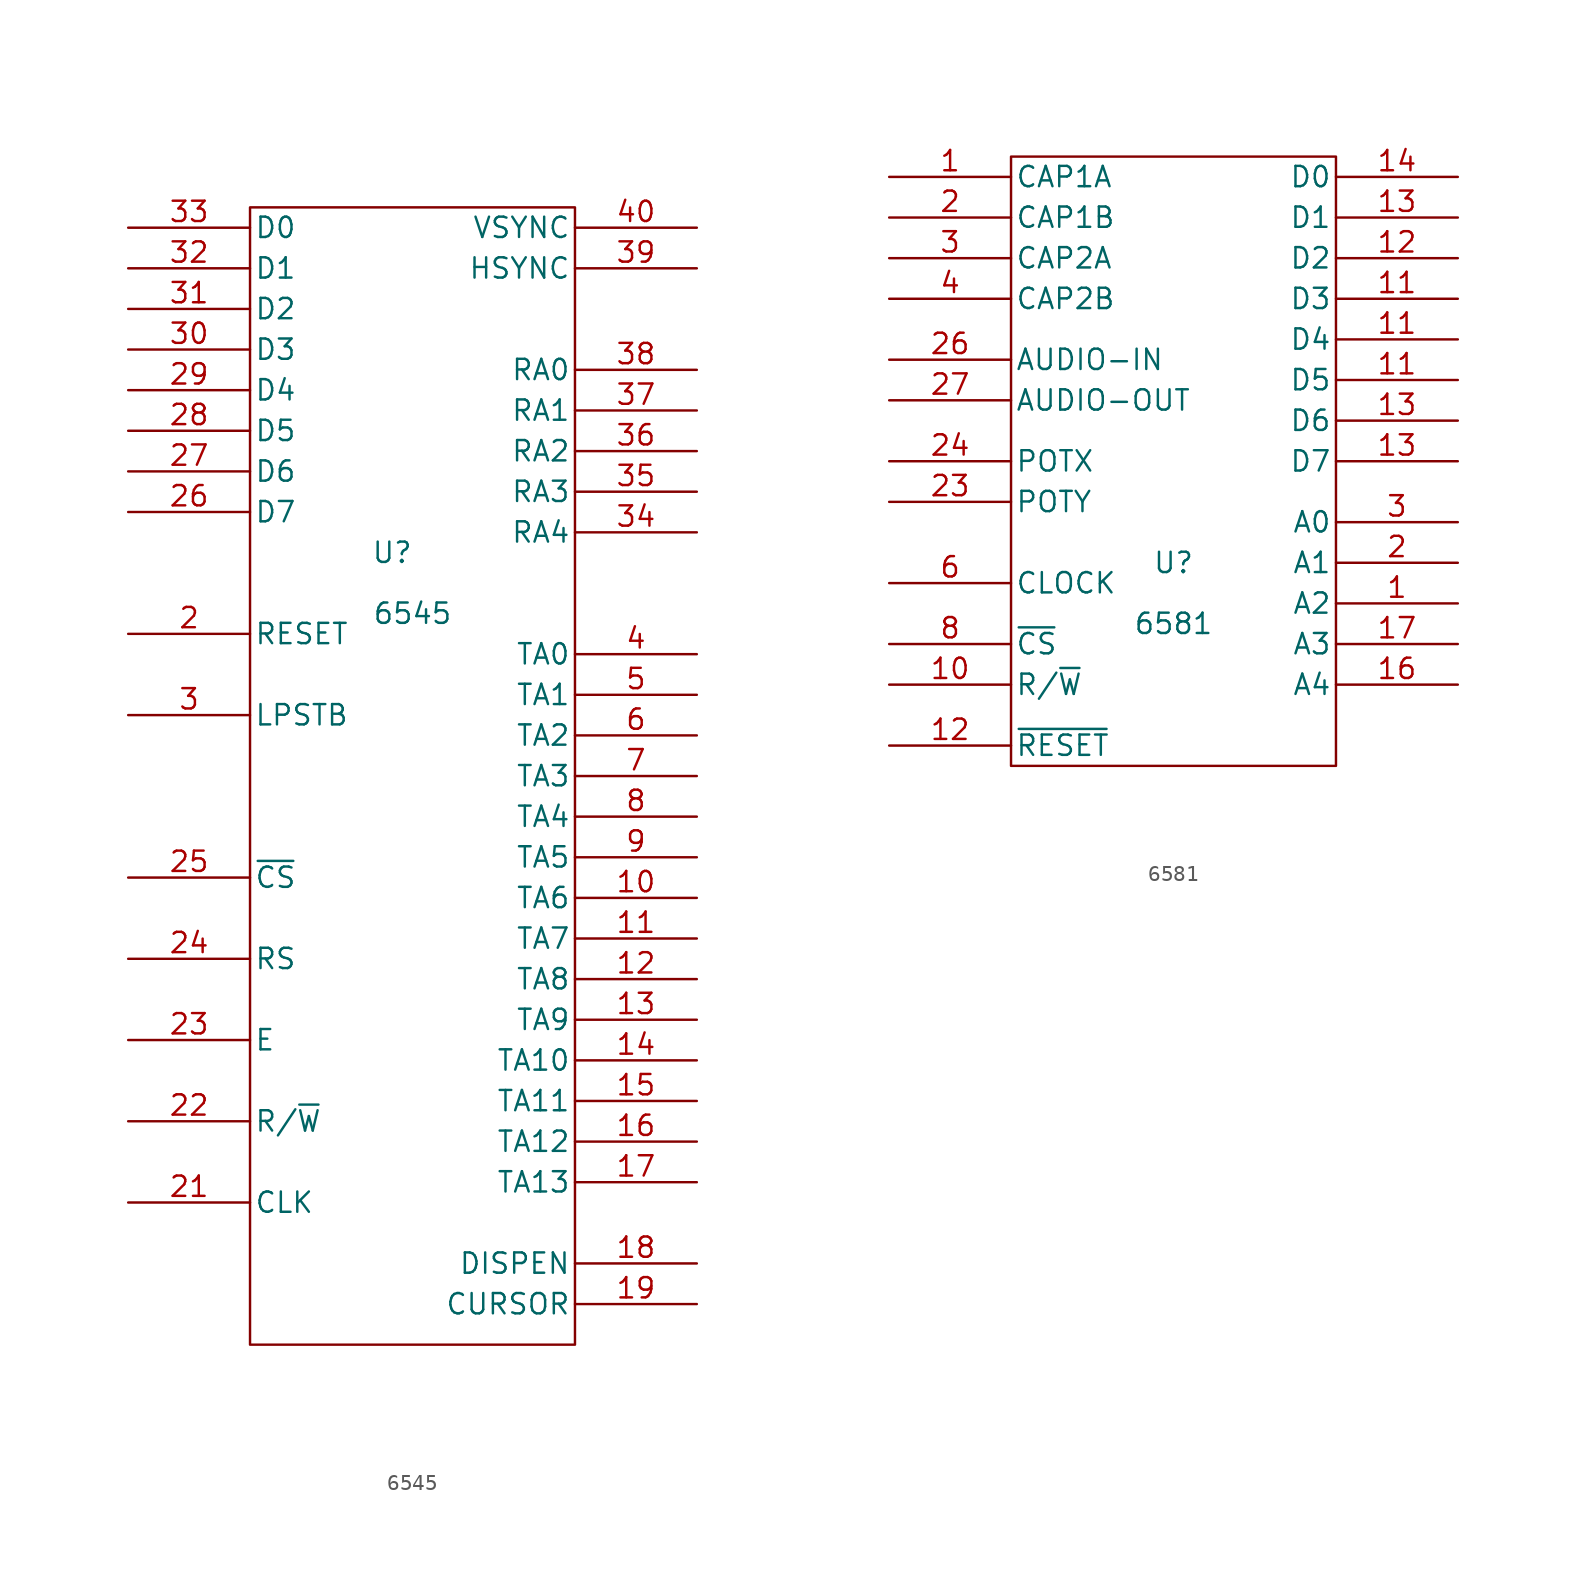
<source format=kicad_sym>
(kicad_symbol_lib
  (version 20231120)
  (generator "kicad_symbol_editor")
  (generator_version "8.0")
  (symbol "6545"
    (pin_names
      (offset 0.254))
    (property "Reference" "U"
      (at -1.27 -2.54 0)
      (effects (font (size 1.27 1.27))))
    (property "Value" "6545"
      (at 0 -6.35 0)
      (effects (font (size 1.27 1.27))))
    (property "Footprint" ""
      (at 0 0 0)
      (effects (font (size 1.27 1.27))))
    (property "Datasheet" ""
      (at 0 0 0)
      (effects (font (size 1.27 1.27))))
    (symbol "6545_0_0"
      (pin power_in line (at 0 -52.07 90) (length 1.27) hide (name "GND" (effects (font (size 1.27 1.27)))) (number "1" (effects (font (size 1.27 1.27)))))
      (pin power_in line (at 0 20.32 270) (length 1.27) hide (name "Vcc" (effects (font (size 1.27 1.27)))) (number "20" (effects (font (size 1.27 1.27))))))
    (symbol "6545_0_1"
      (rectangle (start -10.16 19.05) (end 10.16 -52.07) (stroke (width 0) (type solid)) (fill (type none))))
    (symbol "6545_1_1"
      (pin output line (at 17.78 -24.13 180) (length 7.62) (name "TA6" (effects (font (size 1.27 1.27)))) (number "10" (effects (font (size 1.27 1.27)))))
      (pin output line (at 17.78 -26.67 180) (length 7.62) (name "TA7" (effects (font (size 1.27 1.27)))) (number "11" (effects (font (size 1.27 1.27)))))
      (pin output line (at 17.78 -29.21 180) (length 7.62) (name "TA8" (effects (font (size 1.27 1.27)))) (number "12" (effects (font (size 1.27 1.27)))))
      (pin output line (at 17.78 -31.75 180) (length 7.62) (name "TA9" (effects (font (size 1.27 1.27)))) (number "13" (effects (font (size 1.27 1.27)))))
      (pin output line (at 17.78 -34.29 180) (length 7.62) (name "TA10" (effects (font (size 1.27 1.27)))) (number "14" (effects (font (size 1.27 1.27)))))
      (pin output line (at 17.78 -36.83 180) (length 7.62) (name "TA11" (effects (font (size 1.27 1.27)))) (number "15" (effects (font (size 1.27 1.27)))))
      (pin output line (at 17.78 -39.37 180) (length 7.62) (name "TA12" (effects (font (size 1.27 1.27)))) (number "16" (effects (font (size 1.27 1.27)))))
      (pin output line (at 17.78 -41.91 180) (length 7.62) (name "TA13" (effects (font (size 1.27 1.27)))) (number "17" (effects (font (size 1.27 1.27)))))
      (pin output line (at 17.78 -46.99 180) (length 7.62) (name "DISPEN" (effects (font (size 1.27 1.27)))) (number "18" (effects (font (size 1.27 1.27)))))
      (pin output line (at 17.78 -49.53 180) (length 7.62) (name "CURSOR" (effects (font (size 1.27 1.27)))) (number "19" (effects (font (size 1.27 1.27)))))
      (pin input line (at -17.78 -7.62 0) (length 7.62) (name "RESET" (effects (font (size 1.27 1.27)))) (number "2" (effects (font (size 1.27 1.27)))))
      (pin input line (at -17.78 -43.18 0) (length 7.62) (name "CLK" (effects (font (size 1.27 1.27)))) (number "21" (effects (font (size 1.27 1.27)))))
      (pin input line (at -17.78 -38.1 0) (length 7.62) (name "R/~{W}" (effects (font (size 1.27 1.27)))) (number "22" (effects (font (size 1.27 1.27)))))
      (pin output line (at -17.78 -33.02 0) (length 7.62) (name "E" (effects (font (size 1.27 1.27)))) (number "23" (effects (font (size 1.27 1.27)))))
      (pin input line (at -17.78 -27.94 0) (length 7.62) (name "RS" (effects (font (size 1.27 1.27)))) (number "24" (effects (font (size 1.27 1.27)))))
      (pin input line (at -17.78 -22.86 0) (length 7.62) (name "~{CS}" (effects (font (size 1.27 1.27)))) (number "25" (effects (font (size 1.27 1.27)))))
      (pin bidirectional line (at -17.78 0 0) (length 7.62) (name "D7" (effects (font (size 1.27 1.27)))) (number "26" (effects (font (size 1.27 1.27)))))
      (pin bidirectional line (at -17.78 2.54 0) (length 7.62) (name "D6" (effects (font (size 1.27 1.27)))) (number "27" (effects (font (size 1.27 1.27)))))
      (pin bidirectional line (at -17.78 5.08 0) (length 7.62) (name "D5" (effects (font (size 1.27 1.27)))) (number "28" (effects (font (size 1.27 1.27)))))
      (pin bidirectional line (at -17.78 7.62 0) (length 7.62) (name "D4" (effects (font (size 1.27 1.27)))) (number "29" (effects (font (size 1.27 1.27)))))
      (pin input line (at -17.78 -12.7 0) (length 7.62) (name "LPSTB" (effects (font (size 1.27 1.27)))) (number "3" (effects (font (size 1.27 1.27)))))
      (pin input line (at -17.78 10.16 0) (length 7.62) (name "D3" (effects (font (size 1.27 1.27)))) (number "30" (effects (font (size 1.27 1.27)))))
      (pin bidirectional line (at -17.78 12.7 0) (length 7.62) (name "D2" (effects (font (size 1.27 1.27)))) (number "31" (effects (font (size 1.27 1.27)))))
      (pin bidirectional line (at -17.78 15.24 0) (length 7.62) (name "D1" (effects (font (size 1.27 1.27)))) (number "32" (effects (font (size 1.27 1.27)))))
      (pin bidirectional line (at -17.78 17.78 0) (length 7.62) (name "D0" (effects (font (size 1.27 1.27)))) (number "33" (effects (font (size 1.27 1.27)))))
      (pin output line (at 17.78 -1.27 180) (length 7.62) (name "RA4" (effects (font (size 1.27 1.27)))) (number "34" (effects (font (size 1.27 1.27)))))
      (pin output line (at 17.78 1.27 180) (length 7.62) (name "RA3" (effects (font (size 1.27 1.27)))) (number "35" (effects (font (size 1.27 1.27)))))
      (pin output line (at 17.78 3.81 180) (length 7.62) (name "RA2" (effects (font (size 1.27 1.27)))) (number "36" (effects (font (size 1.27 1.27)))))
      (pin output line (at 17.78 6.35 180) (length 7.62) (name "RA1" (effects (font (size 1.27 1.27)))) (number "37" (effects (font (size 1.27 1.27)))))
      (pin output line (at 17.78 8.89 180) (length 7.62) (name "RA0" (effects (font (size 1.27 1.27)))) (number "38" (effects (font (size 1.27 1.27)))))
      (pin output line (at 17.78 15.24 180) (length 7.62) (name "HSYNC" (effects (font (size 1.27 1.27)))) (number "39" (effects (font (size 1.27 1.27)))))
      (pin output line (at 17.78 -8.89 180) (length 7.62) (name "TA0" (effects (font (size 1.27 1.27)))) (number "4" (effects (font (size 1.27 1.27)))))
      (pin output line (at 17.78 17.78 180) (length 7.62) (name "VSYNC" (effects (font (size 1.27 1.27)))) (number "40" (effects (font (size 1.27 1.27)))))
      (pin output line (at 17.78 -11.43 180) (length 7.62) (name "TA1" (effects (font (size 1.27 1.27)))) (number "5" (effects (font (size 1.27 1.27)))))
      (pin output line (at 17.78 -13.97 180) (length 7.62) (name "TA2" (effects (font (size 1.27 1.27)))) (number "6" (effects (font (size 1.27 1.27)))))
      (pin output line (at 17.78 -16.51 180) (length 7.62) (name "TA3" (effects (font (size 1.27 1.27)))) (number "7" (effects (font (size 1.27 1.27)))))
      (pin output line (at 17.78 -19.05 180) (length 7.62) (name "TA4" (effects (font (size 1.27 1.27)))) (number "8" (effects (font (size 1.27 1.27)))))
      (pin output line (at 17.78 -21.59 180) (length 7.62) (name "TA5" (effects (font (size 1.27 1.27)))) (number "9" (effects (font (size 1.27 1.27)))))))
  (symbol "6581"
    (pin_names
      (offset 0.254))
    (property "Reference" "U"
      (at 0 -6.35 0)
      (effects (font (size 1.27 1.27))))
    (property "Value" "6581"
      (at 0 -10.16 0)
      (effects (font (size 1.27 1.27))))
    (property "Footprint" ""
      (at 0 0 0)
      (effects (font (size 1.27 1.27))))
    (property "Datasheet" ""
      (at 0 0 0)
      (effects (font (size 1.27 1.27))))
    (symbol "6581_0_0"
      (pin power_in line (at 0 -20.32 90) (length 1.27) hide (name "GND" (effects (font (size 1.27 1.27)))) (number "14" (effects (font (size 1.27 1.27)))))
      (pin power_in line (at 0 20.32 270) (length 1.27) hide (name "Vcc" (effects (font (size 1.27 1.27)))) (number "25" (effects (font (size 1.27 1.27))))))
    (symbol "6581_0_1"
      (rectangle (start -10.16 19.05) (end 10.16 -19.05) (stroke (width 0) (type solid)) (fill (type none))))
    (symbol "6581_1_1"
      (pin input line (at 17.78 -8.89 180) (length 7.62) (name "A2" (effects (font (size 1.27 1.27)))) (number "1" (effects (font (size 1.27 1.27)))))
      (pin input line (at -17.78 17.78 0) (length 7.62) (name "CAP1A" (effects (font (size 1.27 1.27)))) (number "1" (effects (font (size 1.27 1.27)))))
      (pin input line (at -17.78 -13.97 0) (length 7.62) (name "R/~{W}" (effects (font (size 1.27 1.27)))) (number "10" (effects (font (size 1.27 1.27)))))
      (pin bidirectional line (at 17.78 10.16 180) (length 7.62) (name "D3" (effects (font (size 1.27 1.27)))) (number "11" (effects (font (size 1.27 1.27)))))
      (pin bidirectional line (at 17.78 7.62 180) (length 7.62) (name "D4" (effects (font (size 1.27 1.27)))) (number "11" (effects (font (size 1.27 1.27)))))
      (pin bidirectional line (at 17.78 5.08 180) (length 7.62) (name "D5" (effects (font (size 1.27 1.27)))) (number "11" (effects (font (size 1.27 1.27)))))
      (pin bidirectional line (at 17.78 12.7 180) (length 7.62) (name "D2" (effects (font (size 1.27 1.27)))) (number "12" (effects (font (size 1.27 1.27)))))
      (pin bidirectional line (at -17.78 -17.78 0) (length 7.62) (name "~{RESET}" (effects (font (size 1.27 1.27)))) (number "12" (effects (font (size 1.27 1.27)))))
      (pin bidirectional line (at 17.78 15.24 180) (length 7.62) (name "D1" (effects (font (size 1.27 1.27)))) (number "13" (effects (font (size 1.27 1.27)))))
      (pin bidirectional line (at 17.78 2.54 180) (length 7.62) (name "D6" (effects (font (size 1.27 1.27)))) (number "13" (effects (font (size 1.27 1.27)))))
      (pin bidirectional line (at 17.78 0 180) (length 7.62) (name "D7" (effects (font (size 1.27 1.27)))) (number "13" (effects (font (size 1.27 1.27)))))
      (pin bidirectional line (at 17.78 17.78 180) (length 7.62) (name "D0" (effects (font (size 1.27 1.27)))) (number "14" (effects (font (size 1.27 1.27)))))
      (pin input line (at 17.78 -13.97 180) (length 7.62) (name "A4" (effects (font (size 1.27 1.27)))) (number "16" (effects (font (size 1.27 1.27)))))
      (pin input line (at 17.78 -11.43 180) (length 7.62) (name "A3" (effects (font (size 1.27 1.27)))) (number "17" (effects (font (size 1.27 1.27)))))
      (pin input line (at 17.78 -6.35 180) (length 7.62) (name "A1" (effects (font (size 1.27 1.27)))) (number "2" (effects (font (size 1.27 1.27)))))
      (pin input line (at -17.78 15.24 0) (length 7.62) (name "CAP1B" (effects (font (size 1.27 1.27)))) (number "2" (effects (font (size 1.27 1.27)))))
      (pin bidirectional line (at -17.78 -2.54 0) (length 7.62) (name "POTY" (effects (font (size 1.27 1.27)))) (number "23" (effects (font (size 1.27 1.27)))))
      (pin bidirectional line (at -17.78 0 0) (length 7.62) (name "POTX" (effects (font (size 1.27 1.27)))) (number "24" (effects (font (size 1.27 1.27)))))
      (pin input line (at -17.78 6.35 0) (length 7.62) (name "AUDIO-IN" (effects (font (size 1.27 1.27)))) (number "26" (effects (font (size 1.27 1.27)))))
      (pin bidirectional line (at -17.78 3.81 0) (length 7.62) (name "AUDIO-OUT" (effects (font (size 1.27 1.27)))) (number "27" (effects (font (size 1.27 1.27)))))
      (pin power_in line (at 3.81 20.32 270) (length 1.27) hide (name "Vdd" (effects (font (size 1.27 1.27)))) (number "28" (effects (font (size 1.27 1.27)))))
      (pin input line (at 17.78 -3.81 180) (length 7.62) (name "A0" (effects (font (size 1.27 1.27)))) (number "3" (effects (font (size 1.27 1.27)))))
      (pin input line (at -17.78 12.7 0) (length 7.62) (name "CAP2A" (effects (font (size 1.27 1.27)))) (number "3" (effects (font (size 1.27 1.27)))))
      (pin input line (at -17.78 10.16 0) (length 7.62) (name "CAP2B" (effects (font (size 1.27 1.27)))) (number "4" (effects (font (size 1.27 1.27)))))
      (pin bidirectional line (at -17.78 -7.62 0) (length 7.62) (name "CLOCK" (effects (font (size 1.27 1.27)))) (number "6" (effects (font (size 1.27 1.27)))))
      (pin input line (at -17.78 -11.43 0) (length 7.62) (name "~{CS}" (effects (font (size 1.27 1.27)))) (number "8" (effects (font (size 1.27 1.27))))))))
</source>
